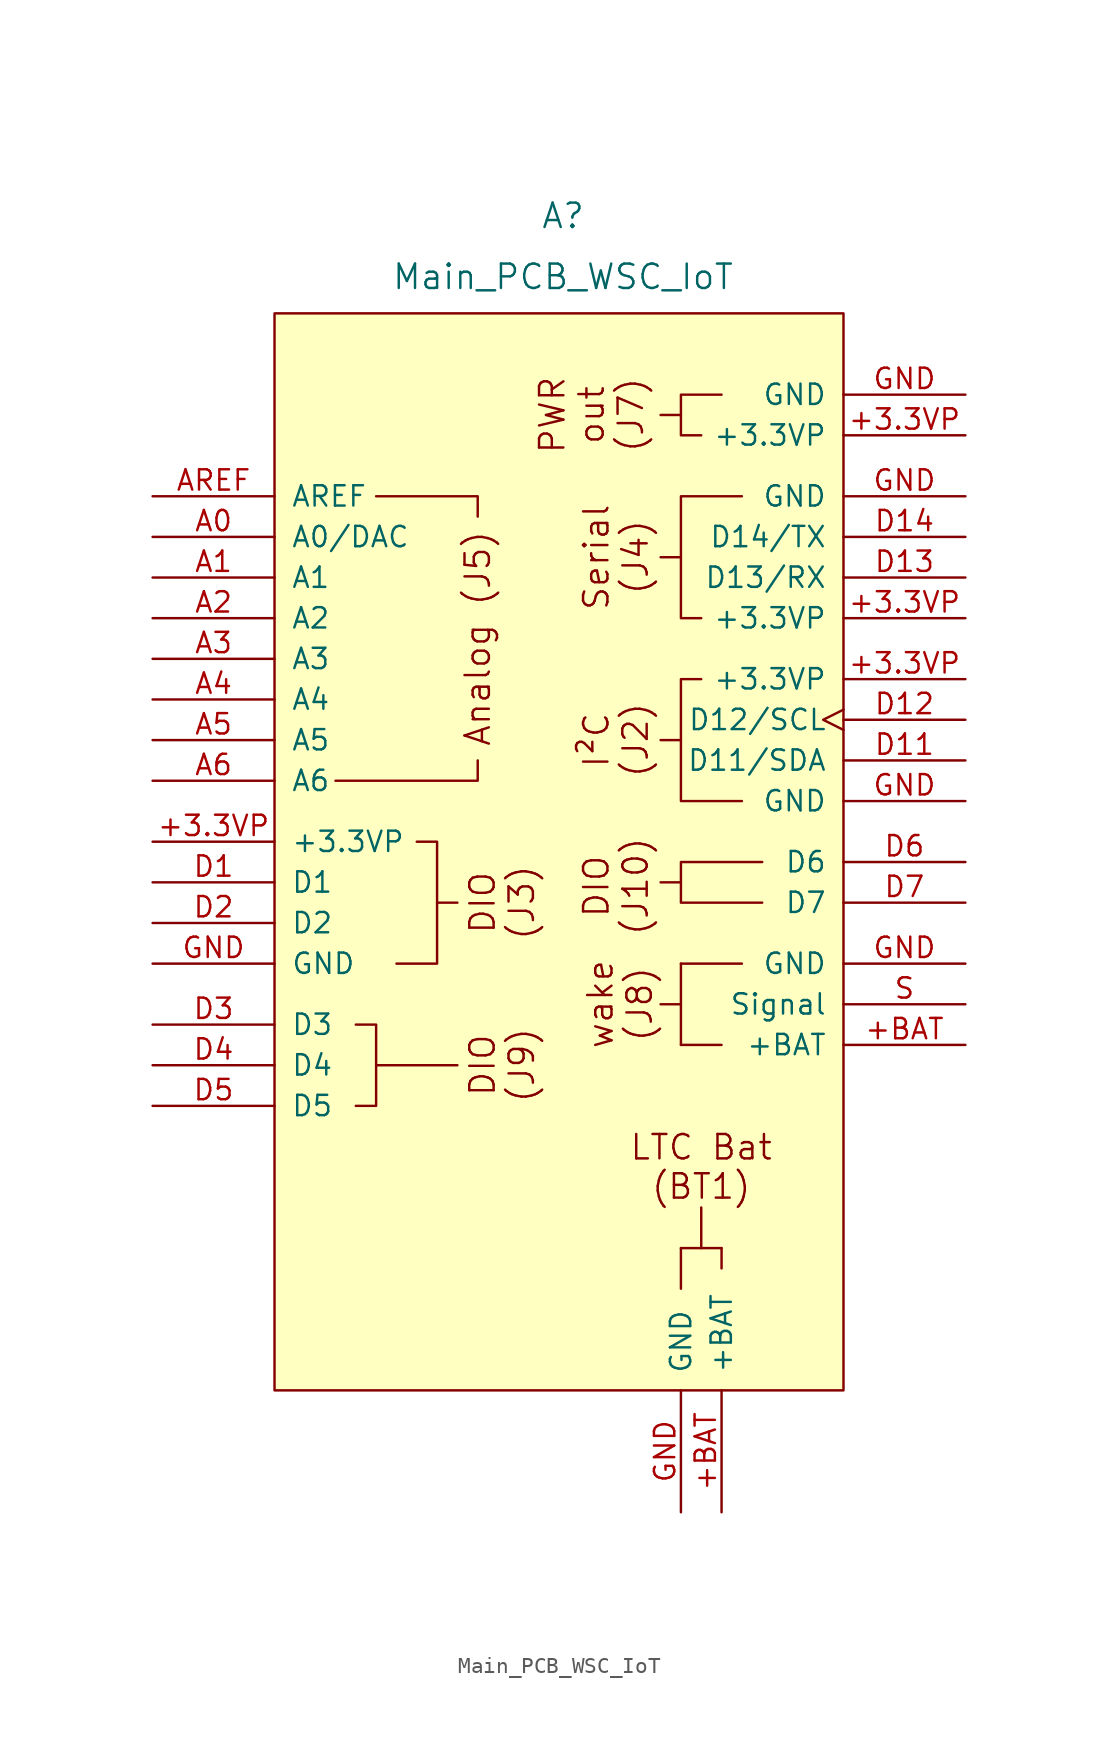
<source format=kicad_sym>
(kicad_symbol_lib
  (version 20241209)
  (generator "kicad_symbol_editor")
  (generator_version "9.0")
  (symbol "Main_PCB_WSC_IoT"
    (pin_names
      (offset 1.016))
    (property "Reference" "A"
      (at 0.254 54.356 0)
      (effects (font (size 1.524 1.524))))
    (property "Value" "Main_PCB_WSC_IoT"
      (at 0.254 50.546 0)
      (effects (font (size 1.524 1.524))))
    (symbol "Main_PCB_WSC_IoT_0_0"
      (rectangle (start -17.78 48.26) (end 17.78 -19.05) (stroke (width 0) (type default)) (fill (type background)))
      (polyline (pts (xy -12.7 3.81) (xy -11.43 3.81) (xy -11.43 -1.27) (xy -12.7 -1.27)) (stroke (width 0) (type default)) (fill (type none)))
      (polyline (pts (xy -11.43 1.27) (xy -6.35 1.27)) (stroke (width 0) (type default)) (fill (type none)))
      (polyline (pts (xy -8.89 15.24) (xy -7.62 15.24) (xy -7.62 7.62) (xy -10.16 7.62)) (stroke (width 0) (type default)) (fill (type none)))
      (polyline (pts (xy -7.62 11.43) (xy -6.35 11.43)) (stroke (width 0) (type default)) (fill (type none)))
      (polyline (pts (xy -5.08 35.56) (xy -5.08 36.83) (xy -11.43 36.83)) (stroke (width 0) (type default)) (fill (type none)))
      (polyline (pts (xy -5.08 20.32) (xy -5.08 19.05) (xy -13.97 19.05)) (stroke (width 0) (type default)) (fill (type none)))
      (polyline (pts (xy 7.62 41.91) (xy 6.35 41.91)) (stroke (width 0) (type default)) (fill (type none)))
      (polyline (pts (xy 7.62 33.02) (xy 6.35 33.02)) (stroke (width 0) (type default)) (fill (type none)))
      (polyline (pts (xy 7.62 12.7) (xy 6.35 12.7)) (stroke (width 0) (type default)) (fill (type none)))
      (polyline (pts (xy 7.62 7.62) (xy 7.62 2.54)) (stroke (width 0) (type default)) (fill (type none)))
      (polyline (pts (xy 7.62 5.08) (xy 6.35 5.08)) (stroke (width 0) (type default)) (fill (type none)))
      (polyline (pts (xy 7.62 -10.16) (xy 10.16 -10.16)) (stroke (width 0) (type default)) (fill (type none)))
      (polyline (pts (xy 7.62 -12.7) (xy 7.62 -10.16)) (stroke (width 0) (type default)) (fill (type none)))
      (polyline (pts (xy 8.89 29.21) (xy 7.62 29.21) (xy 7.62 36.83) (xy 11.43 36.83)) (stroke (width 0) (type default)) (fill (type none)))
      (polyline (pts (xy 8.89 -10.16) (xy 8.89 -7.62)) (stroke (width 0) (type default)) (fill (type none)))
      (polyline (pts (xy 10.16 43.18) (xy 7.62 43.18) (xy 7.62 40.64) (xy 8.89 40.64)) (stroke (width 0) (type default)) (fill (type none)))
      (polyline (pts (xy 10.16 2.54) (xy 7.62 2.54)) (stroke (width 0) (type default)) (fill (type none)))
      (polyline (pts (xy 10.16 -11.43) (xy 10.16 -10.16)) (stroke (width 0) (type default)) (fill (type none)))
      (polyline (pts (xy 11.43 7.62) (xy 7.62 7.62)) (stroke (width 0) (type default)) (fill (type none)))
      (polyline (pts (xy 12.7 13.97) (xy 7.62 13.97) (xy 7.62 11.43) (xy 12.7 11.43)) (stroke (width 0) (type default)) (fill (type none))))
    (symbol "Main_PCB_WSC_IoT_0_1"
      (polyline (pts (xy 7.62 21.59) (xy 6.35 21.59)) (stroke (width 0) (type default)) (fill (type none))))
    (symbol "Main_PCB_WSC_IoT_1_0"
      (polyline (pts (xy 8.89 25.4) (xy 7.62 25.4) (xy 7.62 17.78) (xy 11.43 17.78)) (stroke (width 0) (type solid)) (fill (type none))))
    (symbol "Main_PCB_WSC_IoT_1_1"
      (text "Analog (J5)\n" (at -5.08 27.94 900) (effects (font (size 1.524 1.524))))
      (text "DIO\n(J3)" (at -3.556 11.43 900) (effects (font (size 1.524 1.524))))
      (text "DIO\n(J9)" (at -3.556 1.27 900) (effects (font (size 1.524 1.524))))
      (text "PWR\nout\n(J7)" (at 2.032 41.91 900) (effects (font (size 1.524 1.524))))
      (text "Serial\n(J4)" (at 3.556 33.02 900) (effects (font (size 1.524 1.524))))
      (text "I²C\n(J2)" (at 3.556 21.59 900) (effects (font (size 1.524 1.524))))
      (text "DIO\n(J10)" (at 3.556 12.446 900) (effects (font (size 1.524 1.524))))
      (text "wake\n(J8)" (at 3.81 5.08 900) (effects (font (size 1.524 1.524))))
      (text "LTC Bat\n(BT1)" (at 8.89 -5.08 0) (effects (font (size 1.524 1.524))))
      (pin input line (at -25.4 36.83 0) (length 7.62) (name "AREF" (effects (font (size 1.27 1.27)))) (number "AREF" (effects (font (size 1.27 1.27)))))
      (pin bidirectional line (at -25.4 34.29 0) (length 7.62) (name "A0/DAC" (effects (font (size 1.27 1.27)))) (number "A0" (effects (font (size 1.27 1.27)))))
      (pin bidirectional line (at -25.4 31.75 0) (length 7.62) (name "A1" (effects (font (size 1.27 1.27)))) (number "A1" (effects (font (size 1.27 1.27)))))
      (pin bidirectional line (at -25.4 29.21 0) (length 7.62) (name "A2" (effects (font (size 1.27 1.27)))) (number "A2" (effects (font (size 1.27 1.27)))))
      (pin bidirectional line (at -25.4 26.67 0) (length 7.62) (name "A3" (effects (font (size 1.27 1.27)))) (number "A3" (effects (font (size 1.27 1.27)))))
      (pin bidirectional line (at -25.4 24.13 0) (length 7.62) (name "A4" (effects (font (size 1.27 1.27)))) (number "A4" (effects (font (size 1.27 1.27)))))
      (pin bidirectional line (at -25.4 21.59 0) (length 7.62) (name "A5" (effects (font (size 1.27 1.27)))) (number "A5" (effects (font (size 1.27 1.27)))))
      (pin bidirectional line (at -25.4 19.05 0) (length 7.62) (name "A6" (effects (font (size 1.27 1.27)))) (number "A6" (effects (font (size 1.27 1.27)))))
      (pin power_out line (at -25.4 15.24 0) (length 7.62) (name "+3.3VP" (effects (font (size 1.27 1.27)))) (number "+3.3VP" (effects (font (size 1.27 1.27)))))
      (pin bidirectional line (at -25.4 12.7 0) (length 7.62) (name "D1" (effects (font (size 1.27 1.27)))) (number "D1" (effects (font (size 1.27 1.27)))))
      (pin bidirectional line (at -25.4 10.16 0) (length 7.62) (name "D2" (effects (font (size 1.27 1.27)))) (number "D2" (effects (font (size 1.27 1.27)))))
      (pin power_out line (at -25.4 7.62 0) (length 7.62) (name "GND" (effects (font (size 1.27 1.27)))) (number "GND" (effects (font (size 1.27 1.27)))))
      (pin bidirectional line (at -25.4 3.81 0) (length 7.62) (name "D3" (effects (font (size 1.27 1.27)))) (number "D3" (effects (font (size 1.27 1.27)))))
      (pin bidirectional line (at -25.4 1.27 0) (length 7.62) (name "D4" (effects (font (size 1.27 1.27)))) (number "D4" (effects (font (size 1.27 1.27)))))
      (pin bidirectional line (at -25.4 -1.27 0) (length 7.62) (name "D5" (effects (font (size 1.27 1.27)))) (number "D5" (effects (font (size 1.27 1.27)))))
      (pin power_in line (at 7.62 -26.67 90) (length 7.62) (name "GND" (effects (font (size 1.27 1.27)))) (number "GND" (effects (font (size 1.27 1.27)))))
      (pin power_in line (at 10.16 -26.67 90) (length 7.62) (name "+BAT" (effects (font (size 1.27 1.27)))) (number "+BAT" (effects (font (size 1.27 1.27)))))
      (pin power_out line (at 25.4 43.18 180) (length 7.62) (name "GND" (effects (font (size 1.27 1.27)))) (number "GND" (effects (font (size 1.27 1.27)))))
      (pin power_out line (at 25.4 40.64 180) (length 7.62) (name "+3.3VP" (effects (font (size 1.27 1.27)))) (number "+3.3VP" (effects (font (size 1.27 1.27)))))
      (pin power_out line (at 25.4 36.83 180) (length 7.62) (name "GND" (effects (font (size 1.27 1.27)))) (number "GND" (effects (font (size 1.27 1.27)))))
      (pin bidirectional line (at 25.4 34.29 180) (length 7.62) (name "D14/TX" (effects (font (size 1.27 1.27)))) (number "D14" (effects (font (size 1.27 1.27)))))
      (pin bidirectional line (at 25.4 31.75 180) (length 7.62) (name "D13/RX" (effects (font (size 1.27 1.27)))) (number "D13" (effects (font (size 1.27 1.27)))))
      (pin power_out line (at 25.4 29.21 180) (length 7.62) (name "+3.3VP" (effects (font (size 1.27 1.27)))) (number "+3.3VP" (effects (font (size 1.27 1.27)))))
      (pin power_out line (at 25.4 25.4 180) (length 7.62) (name "+3.3VP" (effects (font (size 1.27 1.27)))) (number "+3.3VP" (effects (font (size 1.27 1.27)))))
      (pin bidirectional clock (at 25.4 22.86 180) (length 7.62) (name "D12/SCL" (effects (font (size 1.27 1.27)))) (number "D12" (effects (font (size 1.27 1.27)))))
      (pin bidirectional line (at 25.4 20.32 180) (length 7.62) (name "D11/SDA" (effects (font (size 1.27 1.27)))) (number "D11" (effects (font (size 1.27 1.27)))))
      (pin power_out line (at 25.4 17.78 180) (length 7.62) (name "GND" (effects (font (size 1.27 1.27)))) (number "GND" (effects (font (size 1.27 1.27)))))
      (pin bidirectional line (at 25.4 13.97 180) (length 7.62) (name "D6" (effects (font (size 1.27 1.27)))) (number "D6" (effects (font (size 1.27 1.27)))))
      (pin bidirectional line (at 25.4 11.43 180) (length 7.62) (name "D7" (effects (font (size 1.27 1.27)))) (number "D7" (effects (font (size 1.27 1.27)))))
      (pin power_out line (at 25.4 7.62 180) (length 7.62) (name "GND" (effects (font (size 1.27 1.27)))) (number "GND" (effects (font (size 1.27 1.27)))))
      (pin input line (at 25.4 5.08 180) (length 7.62) (name "Signal" (effects (font (size 1.27 1.27)))) (number "S" (effects (font (size 1.27 1.27)))))
      (pin power_out line (at 25.4 2.54 180) (length 7.62) (name "+BAT" (effects (font (size 1.27 1.27)))) (number "+BAT" (effects (font (size 1.27 1.27))))))))
</source>
